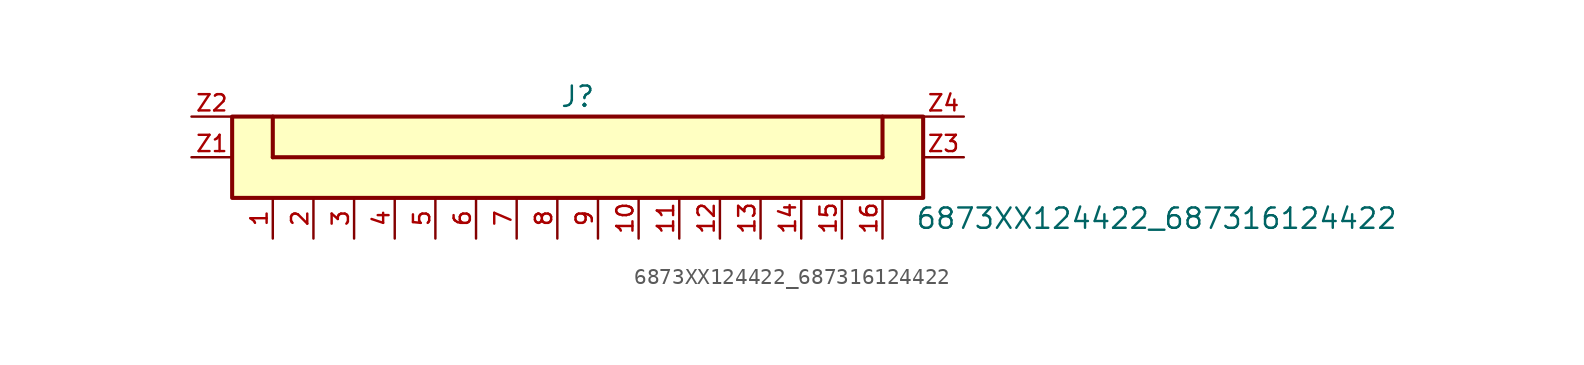
<source format=kicad_sym>
(kicad_symbol_lib
  (version 20211014)
  (generator kicad_symbol_editor)
  (symbol "6873XX124422_687316124422"
    (pin_names
      (offset 1.016))
    (property "Reference" "J"
      (at -1.27 3.048 0)
      (effects (font (size 1.27 1.27)) (justify bottom)))
    (property "Value" "6873XX124422_687316124422"
      (at 19.812 -4.572 0)
      (effects (font (size 1.27 1.27)) (justify bottom left)))
    (symbol "6873XX124422_687316124422_0_0"
      (polyline (pts (xy -20.32 2.54) (xy -20.32 0.0)) (stroke (width 0.254)))
      (polyline (pts (xy -20.32 0.0) (xy 17.78 0.0)) (stroke (width 0.254)))
      (polyline (pts (xy 17.78 0.0) (xy 17.78 2.54)) (stroke (width 0.254)))
      (rectangle (start -22.86 -2.54) (end 20.32 2.54) (stroke (width 0.254)) (fill (type background)))
      (pin passive line (at -20.32 -5.08 90.0) (length 2.54) (name "~" (effects (font (size 1.016 1.016)))) (number "1" (effects (font (size 1.016 1.016)))))
      (pin passive line (at -17.78 -5.08 90.0) (length 2.54) (name "~" (effects (font (size 1.016 1.016)))) (number "2" (effects (font (size 1.016 1.016)))))
      (pin passive line (at -15.24 -5.08 90.0) (length 2.54) (name "~" (effects (font (size 1.016 1.016)))) (number "3" (effects (font (size 1.016 1.016)))))
      (pin passive line (at -12.7 -5.08 90.0) (length 2.54) (name "~" (effects (font (size 1.016 1.016)))) (number "4" (effects (font (size 1.016 1.016)))))
      (pin passive line (at -10.16 -5.08 90.0) (length 2.54) (name "~" (effects (font (size 1.016 1.016)))) (number "5" (effects (font (size 1.016 1.016)))))
      (pin passive line (at -7.62 -5.08 90.0) (length 2.54) (name "~" (effects (font (size 1.016 1.016)))) (number "6" (effects (font (size 1.016 1.016)))))
      (pin passive line (at -5.08 -5.08 90.0) (length 2.54) (name "~" (effects (font (size 1.016 1.016)))) (number "7" (effects (font (size 1.016 1.016)))))
      (pin passive line (at -2.54 -5.08 90.0) (length 2.54) (name "~" (effects (font (size 1.016 1.016)))) (number "8" (effects (font (size 1.016 1.016)))))
      (pin passive line (at 0.0 -5.08 90.0) (length 2.54) (name "~" (effects (font (size 1.016 1.016)))) (number "9" (effects (font (size 1.016 1.016)))))
      (pin passive line (at 2.54 -5.08 90.0) (length 2.54) (name "~" (effects (font (size 1.016 1.016)))) (number "10" (effects (font (size 1.016 1.016)))))
      (pin passive line (at 5.08 -5.08 90.0) (length 2.54) (name "~" (effects (font (size 1.016 1.016)))) (number "11" (effects (font (size 1.016 1.016)))))
      (pin passive line (at 7.62 -5.08 90.0) (length 2.54) (name "~" (effects (font (size 1.016 1.016)))) (number "12" (effects (font (size 1.016 1.016)))))
      (pin passive line (at 10.16 -5.08 90.0) (length 2.54) (name "~" (effects (font (size 1.016 1.016)))) (number "13" (effects (font (size 1.016 1.016)))))
      (pin passive line (at 12.7 -5.08 90.0) (length 2.54) (name "~" (effects (font (size 1.016 1.016)))) (number "14" (effects (font (size 1.016 1.016)))))
      (pin passive line (at 15.24 -5.08 90.0) (length 2.54) (name "~" (effects (font (size 1.016 1.016)))) (number "15" (effects (font (size 1.016 1.016)))))
      (pin passive line (at 17.78 -5.08 90.0) (length 2.54) (name "~" (effects (font (size 1.016 1.016)))) (number "16" (effects (font (size 1.016 1.016)))))
      (pin passive line (at -25.4 0.0 0) (length 2.54) (name "~" (effects (font (size 1.016 1.016)))) (number "Z1" (effects (font (size 1.016 1.016)))))
      (pin passive line (at -25.4 2.54 0) (length 2.54) (name "~" (effects (font (size 1.016 1.016)))) (number "Z2" (effects (font (size 1.016 1.016)))))
      (pin passive line (at 22.86 0.0 180.0) (length 2.54) (name "~" (effects (font (size 1.016 1.016)))) (number "Z3" (effects (font (size 1.016 1.016)))))
      (pin passive line (at 22.86 2.54 180.0) (length 2.54) (name "~" (effects (font (size 1.016 1.016)))) (number "Z4" (effects (font (size 1.016 1.016))))))))
</source>
